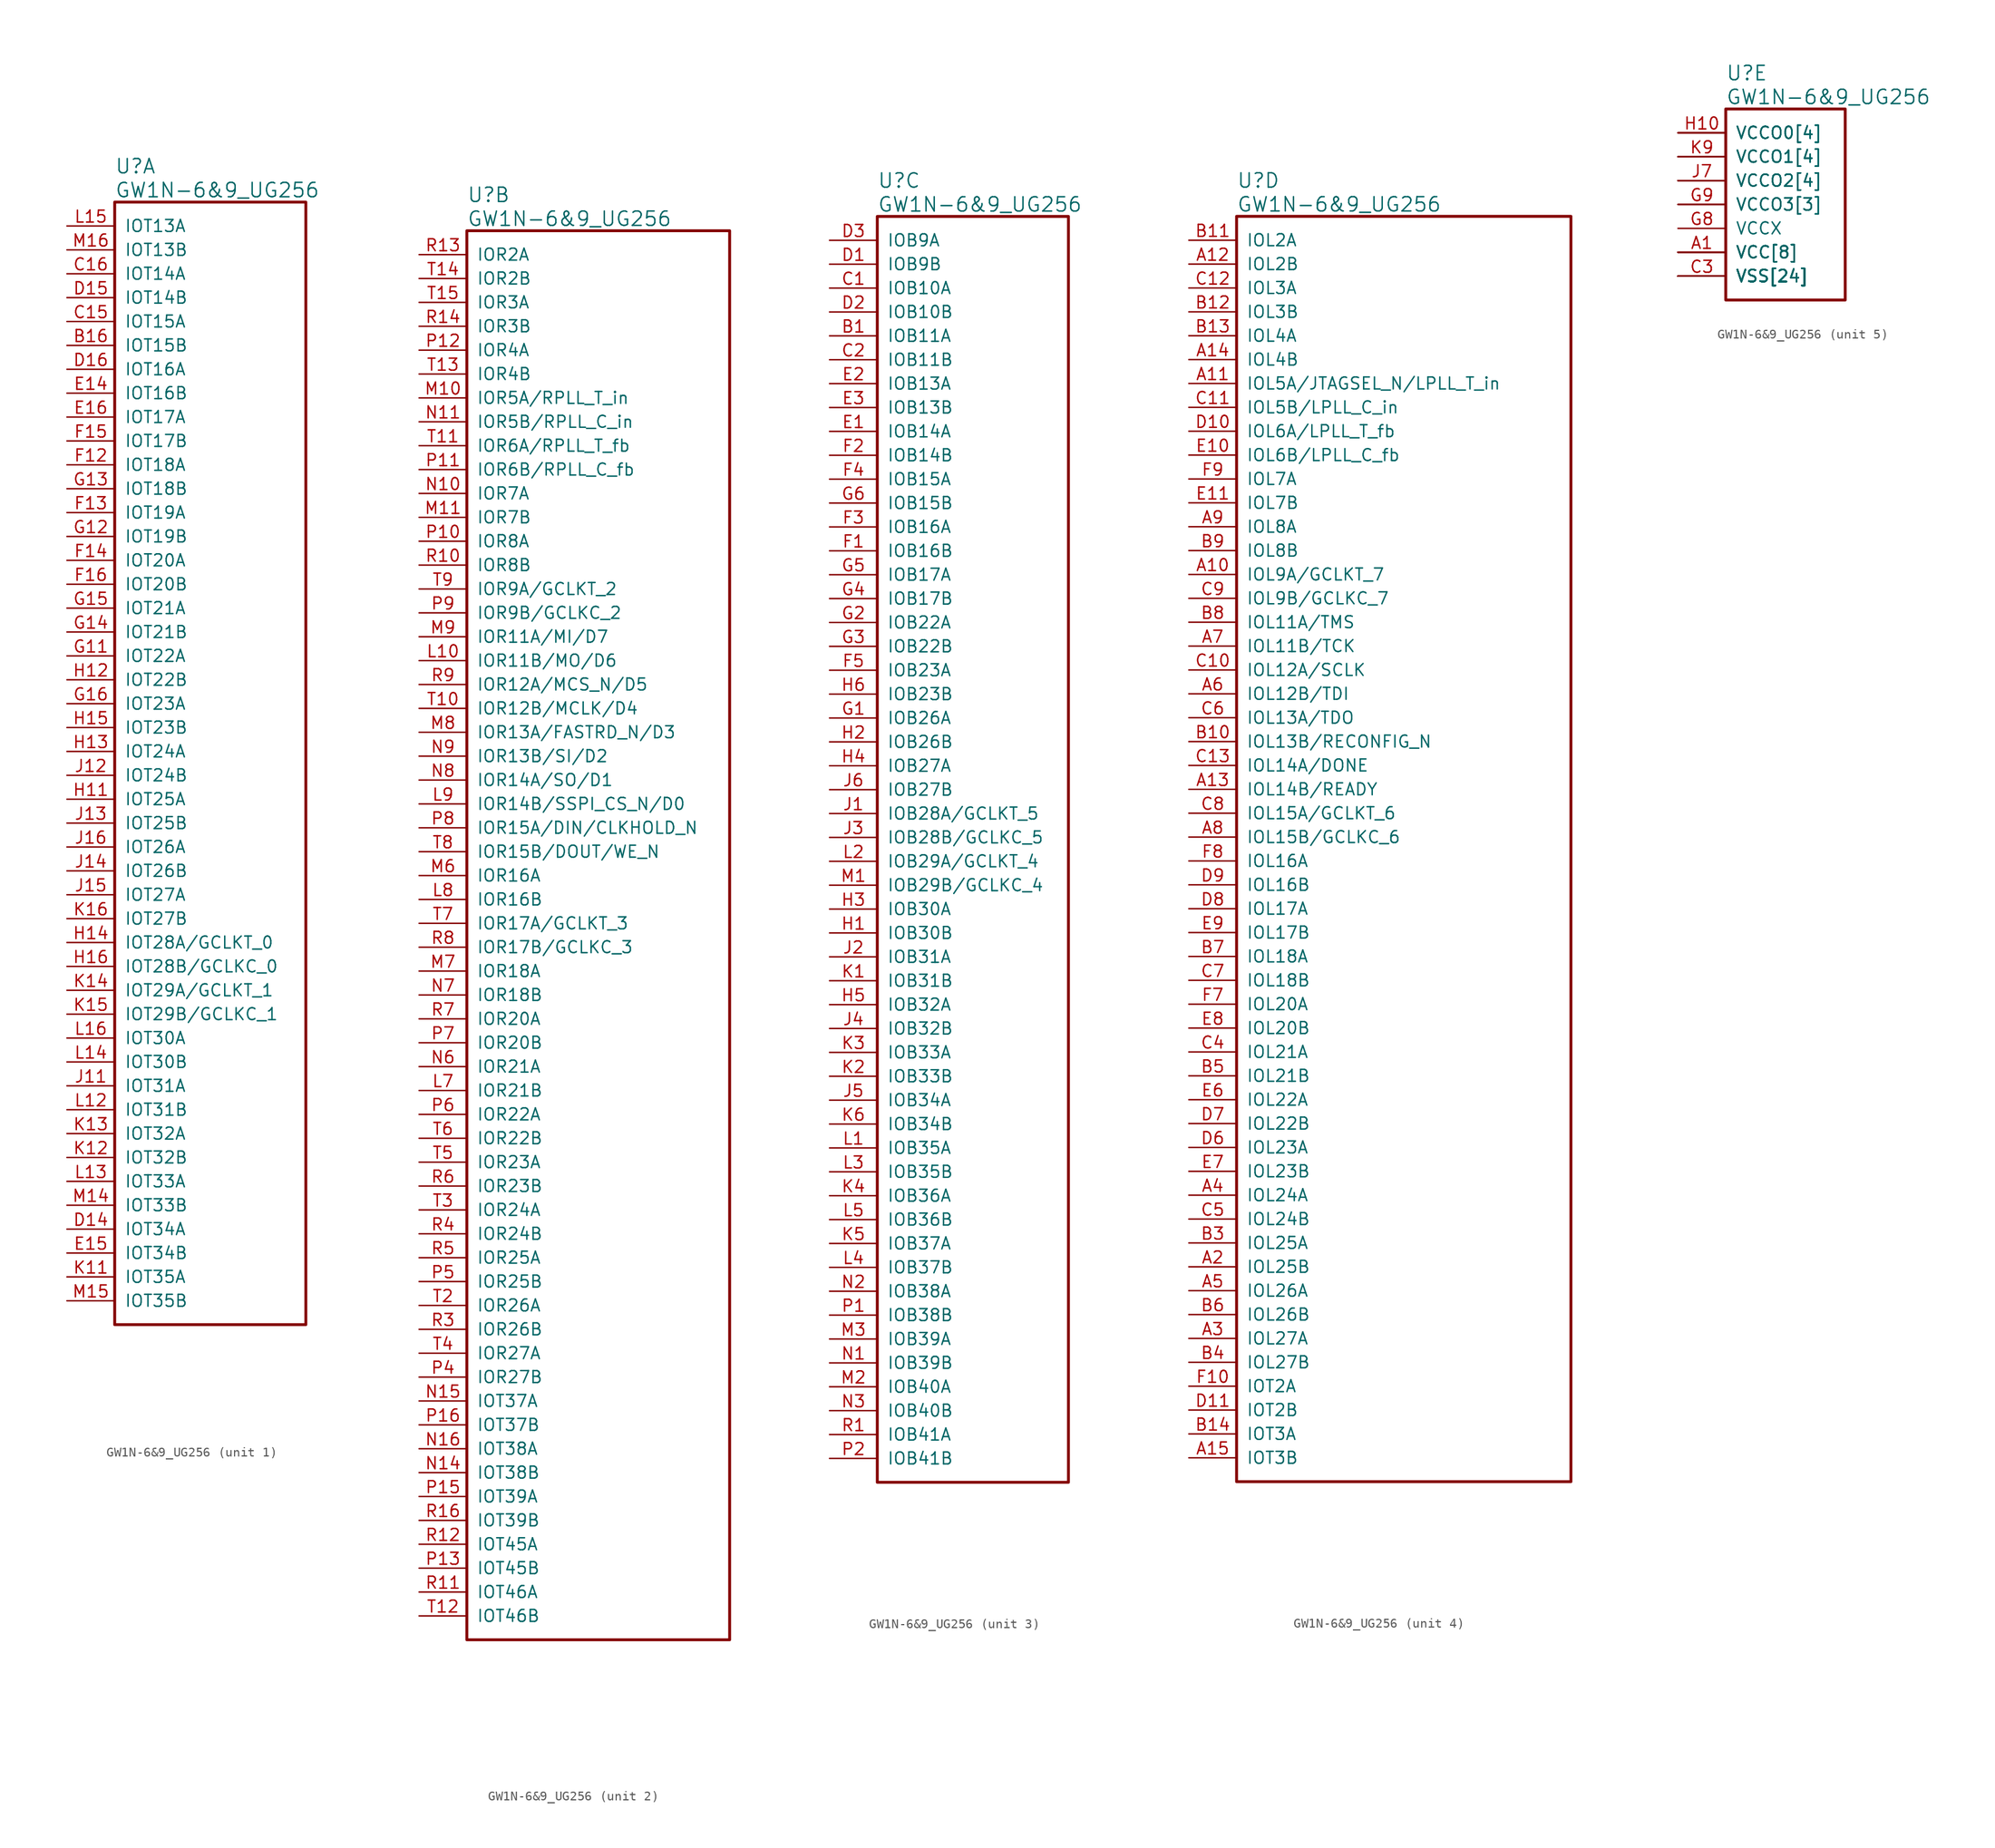
<source format=kicad_sym>
(kicad_symbol_lib
  (version 20220914)
  (generator kicad_symbol_editor)
  (symbol "GW1N-6&9_UG256"
    (pin_names
      (offset 1.016))
    (property "Reference" "U"
      (at 5.08 6.35 0)
      (effects (font (size 1.524 1.524)) (justify left)))
    (property "Value" "GW1N-6&9_UG256"
      (at 5.08 3.81 0)
      (effects (font (size 1.524 1.524)) (justify left)))
    (property "ki_locked" ""
      (at 0 0 0)
      (effects (font (size 1.27 1.27))))
    (symbol "GW1N-6&9_UG256_1_1"
      (rectangle (start 5.08 2.54) (end 25.4 -116.84) (stroke (width 0.305) (type solid)) (fill (type none)))
      (pin bidirectional line (at 0 -12.7 0) (length 5.08) (name "IOT15B" (effects (font (size 1.27 1.27)))) (number "B16" (effects (font (size 1.27 1.27)))))
      (pin bidirectional line (at 0 -10.16 0) (length 5.08) (name "IOT15A" (effects (font (size 1.27 1.27)))) (number "C15" (effects (font (size 1.27 1.27)))))
      (pin bidirectional line (at 0 -5.08 0) (length 5.08) (name "IOT14A" (effects (font (size 1.27 1.27)))) (number "C16" (effects (font (size 1.27 1.27)))))
      (pin bidirectional line (at 0 -106.68 0) (length 5.08) (name "IOT34A" (effects (font (size 1.27 1.27)))) (number "D14" (effects (font (size 1.27 1.27)))))
      (pin bidirectional line (at 0 -7.62 0) (length 5.08) (name "IOT14B" (effects (font (size 1.27 1.27)))) (number "D15" (effects (font (size 1.27 1.27)))))
      (pin bidirectional line (at 0 -15.24 0) (length 5.08) (name "IOT16A" (effects (font (size 1.27 1.27)))) (number "D16" (effects (font (size 1.27 1.27)))))
      (pin bidirectional line (at 0 -17.78 0) (length 5.08) (name "IOT16B" (effects (font (size 1.27 1.27)))) (number "E14" (effects (font (size 1.27 1.27)))))
      (pin bidirectional line (at 0 -109.22 0) (length 5.08) (name "IOT34B" (effects (font (size 1.27 1.27)))) (number "E15" (effects (font (size 1.27 1.27)))))
      (pin bidirectional line (at 0 -20.32 0) (length 5.08) (name "IOT17A" (effects (font (size 1.27 1.27)))) (number "E16" (effects (font (size 1.27 1.27)))))
      (pin bidirectional line (at 0 -25.4 0) (length 5.08) (name "IOT18A" (effects (font (size 1.27 1.27)))) (number "F12" (effects (font (size 1.27 1.27)))))
      (pin bidirectional line (at 0 -30.48 0) (length 5.08) (name "IOT19A" (effects (font (size 1.27 1.27)))) (number "F13" (effects (font (size 1.27 1.27)))))
      (pin bidirectional line (at 0 -35.56 0) (length 5.08) (name "IOT20A" (effects (font (size 1.27 1.27)))) (number "F14" (effects (font (size 1.27 1.27)))))
      (pin bidirectional line (at 0 -22.86 0) (length 5.08) (name "IOT17B" (effects (font (size 1.27 1.27)))) (number "F15" (effects (font (size 1.27 1.27)))))
      (pin bidirectional line (at 0 -38.1 0) (length 5.08) (name "IOT20B" (effects (font (size 1.27 1.27)))) (number "F16" (effects (font (size 1.27 1.27)))))
      (pin bidirectional line (at 0 -45.72 0) (length 5.08) (name "IOT22A" (effects (font (size 1.27 1.27)))) (number "G11" (effects (font (size 1.27 1.27)))))
      (pin bidirectional line (at 0 -33.02 0) (length 5.08) (name "IOT19B" (effects (font (size 1.27 1.27)))) (number "G12" (effects (font (size 1.27 1.27)))))
      (pin bidirectional line (at 0 -27.94 0) (length 5.08) (name "IOT18B" (effects (font (size 1.27 1.27)))) (number "G13" (effects (font (size 1.27 1.27)))))
      (pin bidirectional line (at 0 -43.18 0) (length 5.08) (name "IOT21B" (effects (font (size 1.27 1.27)))) (number "G14" (effects (font (size 1.27 1.27)))))
      (pin bidirectional line (at 0 -40.64 0) (length 5.08) (name "IOT21A" (effects (font (size 1.27 1.27)))) (number "G15" (effects (font (size 1.27 1.27)))))
      (pin bidirectional line (at 0 -50.8 0) (length 5.08) (name "IOT23A" (effects (font (size 1.27 1.27)))) (number "G16" (effects (font (size 1.27 1.27)))))
      (pin bidirectional line (at 0 -60.96 0) (length 5.08) (name "IOT25A" (effects (font (size 1.27 1.27)))) (number "H11" (effects (font (size 1.27 1.27)))))
      (pin bidirectional line (at 0 -48.26 0) (length 5.08) (name "IOT22B" (effects (font (size 1.27 1.27)))) (number "H12" (effects (font (size 1.27 1.27)))))
      (pin bidirectional line (at 0 -55.88 0) (length 5.08) (name "IOT24A" (effects (font (size 1.27 1.27)))) (number "H13" (effects (font (size 1.27 1.27)))))
      (pin bidirectional line (at 0 -76.2 0) (length 5.08) (name "IOT28A/GCLKT_0" (effects (font (size 1.27 1.27)))) (number "H14" (effects (font (size 1.27 1.27)))))
      (pin bidirectional line (at 0 -53.34 0) (length 5.08) (name "IOT23B" (effects (font (size 1.27 1.27)))) (number "H15" (effects (font (size 1.27 1.27)))))
      (pin bidirectional line (at 0 -78.74 0) (length 5.08) (name "IOT28B/GCLKC_0" (effects (font (size 1.27 1.27)))) (number "H16" (effects (font (size 1.27 1.27)))))
      (pin bidirectional line (at 0 -91.44 0) (length 5.08) (name "IOT31A" (effects (font (size 1.27 1.27)))) (number "J11" (effects (font (size 1.27 1.27)))))
      (pin bidirectional line (at 0 -58.42 0) (length 5.08) (name "IOT24B" (effects (font (size 1.27 1.27)))) (number "J12" (effects (font (size 1.27 1.27)))))
      (pin bidirectional line (at 0 -63.5 0) (length 5.08) (name "IOT25B" (effects (font (size 1.27 1.27)))) (number "J13" (effects (font (size 1.27 1.27)))))
      (pin bidirectional line (at 0 -68.58 0) (length 5.08) (name "IOT26B" (effects (font (size 1.27 1.27)))) (number "J14" (effects (font (size 1.27 1.27)))))
      (pin bidirectional line (at 0 -71.12 0) (length 5.08) (name "IOT27A" (effects (font (size 1.27 1.27)))) (number "J15" (effects (font (size 1.27 1.27)))))
      (pin bidirectional line (at 0 -66.04 0) (length 5.08) (name "IOT26A" (effects (font (size 1.27 1.27)))) (number "J16" (effects (font (size 1.27 1.27)))))
      (pin bidirectional line (at 0 -111.76 0) (length 5.08) (name "IOT35A" (effects (font (size 1.27 1.27)))) (number "K11" (effects (font (size 1.27 1.27)))))
      (pin bidirectional line (at 0 -99.06 0) (length 5.08) (name "IOT32B" (effects (font (size 1.27 1.27)))) (number "K12" (effects (font (size 1.27 1.27)))))
      (pin bidirectional line (at 0 -96.52 0) (length 5.08) (name "IOT32A" (effects (font (size 1.27 1.27)))) (number "K13" (effects (font (size 1.27 1.27)))))
      (pin bidirectional line (at 0 -81.28 0) (length 5.08) (name "IOT29A/GCLKT_1" (effects (font (size 1.27 1.27)))) (number "K14" (effects (font (size 1.27 1.27)))))
      (pin bidirectional line (at 0 -83.82 0) (length 5.08) (name "IOT29B/GCLKC_1" (effects (font (size 1.27 1.27)))) (number "K15" (effects (font (size 1.27 1.27)))))
      (pin bidirectional line (at 0 -73.66 0) (length 5.08) (name "IOT27B" (effects (font (size 1.27 1.27)))) (number "K16" (effects (font (size 1.27 1.27)))))
      (pin bidirectional line (at 0 -93.98 0) (length 5.08) (name "IOT31B" (effects (font (size 1.27 1.27)))) (number "L12" (effects (font (size 1.27 1.27)))))
      (pin bidirectional line (at 0 -101.6 0) (length 5.08) (name "IOT33A" (effects (font (size 1.27 1.27)))) (number "L13" (effects (font (size 1.27 1.27)))))
      (pin bidirectional line (at 0 -88.9 0) (length 5.08) (name "IOT30B" (effects (font (size 1.27 1.27)))) (number "L14" (effects (font (size 1.27 1.27)))))
      (pin bidirectional line (at 0 0 0) (length 5.08) (name "IOT13A" (effects (font (size 1.27 1.27)))) (number "L15" (effects (font (size 1.27 1.27)))))
      (pin bidirectional line (at 0 -86.36 0) (length 5.08) (name "IOT30A" (effects (font (size 1.27 1.27)))) (number "L16" (effects (font (size 1.27 1.27)))))
      (pin bidirectional line (at 0 -104.14 0) (length 5.08) (name "IOT33B" (effects (font (size 1.27 1.27)))) (number "M14" (effects (font (size 1.27 1.27)))))
      (pin bidirectional line (at 0 -114.3 0) (length 5.08) (name "IOT35B" (effects (font (size 1.27 1.27)))) (number "M15" (effects (font (size 1.27 1.27)))))
      (pin bidirectional line (at 0 -2.54 0) (length 5.08) (name "IOT13B" (effects (font (size 1.27 1.27)))) (number "M16" (effects (font (size 1.27 1.27))))))
    (symbol "GW1N-6&9_UG256_2_1"
      (rectangle (start 5.08 2.54) (end 33.02 -147.32) (stroke (width 0.305) (type solid)) (fill (type none)))
      (pin bidirectional line (at 0 -43.18 0) (length 5.08) (name "IOR11B/MO/D6" (effects (font (size 1.27 1.27)))) (number "L10" (effects (font (size 1.27 1.27)))))
      (pin bidirectional line (at 0 -88.9 0) (length 5.08) (name "IOR21B" (effects (font (size 1.27 1.27)))) (number "L7" (effects (font (size 1.27 1.27)))))
      (pin bidirectional line (at 0 -68.58 0) (length 5.08) (name "IOR16B" (effects (font (size 1.27 1.27)))) (number "L8" (effects (font (size 1.27 1.27)))))
      (pin bidirectional line (at 0 -58.42 0) (length 5.08) (name "IOR14B/SSPI_CS_N/D0" (effects (font (size 1.27 1.27)))) (number "L9" (effects (font (size 1.27 1.27)))))
      (pin bidirectional line (at 0 -15.24 0) (length 5.08) (name "IOR5A/RPLL_T_in" (effects (font (size 1.27 1.27)))) (number "M10" (effects (font (size 1.27 1.27)))))
      (pin bidirectional line (at 0 -27.94 0) (length 5.08) (name "IOR7B" (effects (font (size 1.27 1.27)))) (number "M11" (effects (font (size 1.27 1.27)))))
      (pin bidirectional line (at 0 -66.04 0) (length 5.08) (name "IOR16A" (effects (font (size 1.27 1.27)))) (number "M6" (effects (font (size 1.27 1.27)))))
      (pin bidirectional line (at 0 -76.2 0) (length 5.08) (name "IOR18A" (effects (font (size 1.27 1.27)))) (number "M7" (effects (font (size 1.27 1.27)))))
      (pin bidirectional line (at 0 -50.8 0) (length 5.08) (name "IOR13A/FASTRD_N/D3" (effects (font (size 1.27 1.27)))) (number "M8" (effects (font (size 1.27 1.27)))))
      (pin bidirectional line (at 0 -40.64 0) (length 5.08) (name "IOR11A/MI/D7" (effects (font (size 1.27 1.27)))) (number "M9" (effects (font (size 1.27 1.27)))))
      (pin bidirectional line (at 0 -25.4 0) (length 5.08) (name "IOR7A" (effects (font (size 1.27 1.27)))) (number "N10" (effects (font (size 1.27 1.27)))))
      (pin bidirectional line (at 0 -17.78 0) (length 5.08) (name "IOR5B/RPLL_C_in" (effects (font (size 1.27 1.27)))) (number "N11" (effects (font (size 1.27 1.27)))))
      (pin bidirectional line (at 0 -129.54 0) (length 5.08) (name "IOT38B" (effects (font (size 1.27 1.27)))) (number "N14" (effects (font (size 1.27 1.27)))))
      (pin bidirectional line (at 0 -121.92 0) (length 5.08) (name "IOT37A" (effects (font (size 1.27 1.27)))) (number "N15" (effects (font (size 1.27 1.27)))))
      (pin bidirectional line (at 0 -127 0) (length 5.08) (name "IOT38A" (effects (font (size 1.27 1.27)))) (number "N16" (effects (font (size 1.27 1.27)))))
      (pin bidirectional line (at 0 -86.36 0) (length 5.08) (name "IOR21A" (effects (font (size 1.27 1.27)))) (number "N6" (effects (font (size 1.27 1.27)))))
      (pin bidirectional line (at 0 -78.74 0) (length 5.08) (name "IOR18B" (effects (font (size 1.27 1.27)))) (number "N7" (effects (font (size 1.27 1.27)))))
      (pin bidirectional line (at 0 -55.88 0) (length 5.08) (name "IOR14A/SO/D1" (effects (font (size 1.27 1.27)))) (number "N8" (effects (font (size 1.27 1.27)))))
      (pin bidirectional line (at 0 -53.34 0) (length 5.08) (name "IOR13B/SI/D2" (effects (font (size 1.27 1.27)))) (number "N9" (effects (font (size 1.27 1.27)))))
      (pin bidirectional line (at 0 -30.48 0) (length 5.08) (name "IOR8A" (effects (font (size 1.27 1.27)))) (number "P10" (effects (font (size 1.27 1.27)))))
      (pin bidirectional line (at 0 -22.86 0) (length 5.08) (name "IOR6B/RPLL_C_fb" (effects (font (size 1.27 1.27)))) (number "P11" (effects (font (size 1.27 1.27)))))
      (pin bidirectional line (at 0 -10.16 0) (length 5.08) (name "IOR4A" (effects (font (size 1.27 1.27)))) (number "P12" (effects (font (size 1.27 1.27)))))
      (pin bidirectional line (at 0 -139.7 0) (length 5.08) (name "IOT45B" (effects (font (size 1.27 1.27)))) (number "P13" (effects (font (size 1.27 1.27)))))
      (pin bidirectional line (at 0 -132.08 0) (length 5.08) (name "IOT39A" (effects (font (size 1.27 1.27)))) (number "P15" (effects (font (size 1.27 1.27)))))
      (pin bidirectional line (at 0 -124.46 0) (length 5.08) (name "IOT37B" (effects (font (size 1.27 1.27)))) (number "P16" (effects (font (size 1.27 1.27)))))
      (pin bidirectional line (at 0 -119.38 0) (length 5.08) (name "IOR27B" (effects (font (size 1.27 1.27)))) (number "P4" (effects (font (size 1.27 1.27)))))
      (pin bidirectional line (at 0 -109.22 0) (length 5.08) (name "IOR25B" (effects (font (size 1.27 1.27)))) (number "P5" (effects (font (size 1.27 1.27)))))
      (pin bidirectional line (at 0 -91.44 0) (length 5.08) (name "IOR22A" (effects (font (size 1.27 1.27)))) (number "P6" (effects (font (size 1.27 1.27)))))
      (pin bidirectional line (at 0 -83.82 0) (length 5.08) (name "IOR20B" (effects (font (size 1.27 1.27)))) (number "P7" (effects (font (size 1.27 1.27)))))
      (pin bidirectional line (at 0 -60.96 0) (length 5.08) (name "IOR15A/DIN/CLKHOLD_N" (effects (font (size 1.27 1.27)))) (number "P8" (effects (font (size 1.27 1.27)))))
      (pin bidirectional line (at 0 -38.1 0) (length 5.08) (name "IOR9B/GCLKC_2" (effects (font (size 1.27 1.27)))) (number "P9" (effects (font (size 1.27 1.27)))))
      (pin bidirectional line (at 0 -33.02 0) (length 5.08) (name "IOR8B" (effects (font (size 1.27 1.27)))) (number "R10" (effects (font (size 1.27 1.27)))))
      (pin bidirectional line (at 0 -142.24 0) (length 5.08) (name "IOT46A" (effects (font (size 1.27 1.27)))) (number "R11" (effects (font (size 1.27 1.27)))))
      (pin bidirectional line (at 0 -137.16 0) (length 5.08) (name "IOT45A" (effects (font (size 1.27 1.27)))) (number "R12" (effects (font (size 1.27 1.27)))))
      (pin bidirectional line (at 0 0 0) (length 5.08) (name "IOR2A" (effects (font (size 1.27 1.27)))) (number "R13" (effects (font (size 1.27 1.27)))))
      (pin bidirectional line (at 0 -7.62 0) (length 5.08) (name "IOR3B" (effects (font (size 1.27 1.27)))) (number "R14" (effects (font (size 1.27 1.27)))))
      (pin bidirectional line (at 0 -134.62 0) (length 5.08) (name "IOT39B" (effects (font (size 1.27 1.27)))) (number "R16" (effects (font (size 1.27 1.27)))))
      (pin bidirectional line (at 0 -114.3 0) (length 5.08) (name "IOR26B" (effects (font (size 1.27 1.27)))) (number "R3" (effects (font (size 1.27 1.27)))))
      (pin bidirectional line (at 0 -104.14 0) (length 5.08) (name "IOR24B" (effects (font (size 1.27 1.27)))) (number "R4" (effects (font (size 1.27 1.27)))))
      (pin bidirectional line (at 0 -106.68 0) (length 5.08) (name "IOR25A" (effects (font (size 1.27 1.27)))) (number "R5" (effects (font (size 1.27 1.27)))))
      (pin bidirectional line (at 0 -99.06 0) (length 5.08) (name "IOR23B" (effects (font (size 1.27 1.27)))) (number "R6" (effects (font (size 1.27 1.27)))))
      (pin bidirectional line (at 0 -81.28 0) (length 5.08) (name "IOR20A" (effects (font (size 1.27 1.27)))) (number "R7" (effects (font (size 1.27 1.27)))))
      (pin bidirectional line (at 0 -73.66 0) (length 5.08) (name "IOR17B/GCLKC_3" (effects (font (size 1.27 1.27)))) (number "R8" (effects (font (size 1.27 1.27)))))
      (pin bidirectional line (at 0 -45.72 0) (length 5.08) (name "IOR12A/MCS_N/D5" (effects (font (size 1.27 1.27)))) (number "R9" (effects (font (size 1.27 1.27)))))
      (pin bidirectional line (at 0 -48.26 0) (length 5.08) (name "IOR12B/MCLK/D4" (effects (font (size 1.27 1.27)))) (number "T10" (effects (font (size 1.27 1.27)))))
      (pin bidirectional line (at 0 -20.32 0) (length 5.08) (name "IOR6A/RPLL_T_fb" (effects (font (size 1.27 1.27)))) (number "T11" (effects (font (size 1.27 1.27)))))
      (pin bidirectional line (at 0 -144.78 0) (length 5.08) (name "IOT46B" (effects (font (size 1.27 1.27)))) (number "T12" (effects (font (size 1.27 1.27)))))
      (pin bidirectional line (at 0 -12.7 0) (length 5.08) (name "IOR4B" (effects (font (size 1.27 1.27)))) (number "T13" (effects (font (size 1.27 1.27)))))
      (pin bidirectional line (at 0 -2.54 0) (length 5.08) (name "IOR2B" (effects (font (size 1.27 1.27)))) (number "T14" (effects (font (size 1.27 1.27)))))
      (pin bidirectional line (at 0 -5.08 0) (length 5.08) (name "IOR3A" (effects (font (size 1.27 1.27)))) (number "T15" (effects (font (size 1.27 1.27)))))
      (pin bidirectional line (at 0 -111.76 0) (length 5.08) (name "IOR26A" (effects (font (size 1.27 1.27)))) (number "T2" (effects (font (size 1.27 1.27)))))
      (pin bidirectional line (at 0 -101.6 0) (length 5.08) (name "IOR24A" (effects (font (size 1.27 1.27)))) (number "T3" (effects (font (size 1.27 1.27)))))
      (pin bidirectional line (at 0 -116.84 0) (length 5.08) (name "IOR27A" (effects (font (size 1.27 1.27)))) (number "T4" (effects (font (size 1.27 1.27)))))
      (pin bidirectional line (at 0 -96.52 0) (length 5.08) (name "IOR23A" (effects (font (size 1.27 1.27)))) (number "T5" (effects (font (size 1.27 1.27)))))
      (pin bidirectional line (at 0 -93.98 0) (length 5.08) (name "IOR22B" (effects (font (size 1.27 1.27)))) (number "T6" (effects (font (size 1.27 1.27)))))
      (pin bidirectional line (at 0 -71.12 0) (length 5.08) (name "IOR17A/GCLKT_3" (effects (font (size 1.27 1.27)))) (number "T7" (effects (font (size 1.27 1.27)))))
      (pin bidirectional line (at 0 -63.5 0) (length 5.08) (name "IOR15B/DOUT/WE_N" (effects (font (size 1.27 1.27)))) (number "T8" (effects (font (size 1.27 1.27)))))
      (pin bidirectional line (at 0 -35.56 0) (length 5.08) (name "IOR9A/GCLKT_2" (effects (font (size 1.27 1.27)))) (number "T9" (effects (font (size 1.27 1.27))))))
    (symbol "GW1N-6&9_UG256_3_1"
      (rectangle (start 5.08 2.54) (end 25.4 -132.08) (stroke (width 0.305) (type solid)) (fill (type none)))
      (pin bidirectional line (at 0 -10.16 0) (length 5.08) (name "IOB11A" (effects (font (size 1.27 1.27)))) (number "B1" (effects (font (size 1.27 1.27)))))
      (pin bidirectional line (at 0 -5.08 0) (length 5.08) (name "IOB10A" (effects (font (size 1.27 1.27)))) (number "C1" (effects (font (size 1.27 1.27)))))
      (pin bidirectional line (at 0 -12.7 0) (length 5.08) (name "IOB11B" (effects (font (size 1.27 1.27)))) (number "C2" (effects (font (size 1.27 1.27)))))
      (pin bidirectional line (at 0 -2.54 0) (length 5.08) (name "IOB9B" (effects (font (size 1.27 1.27)))) (number "D1" (effects (font (size 1.27 1.27)))))
      (pin bidirectional line (at 0 -7.62 0) (length 5.08) (name "IOB10B" (effects (font (size 1.27 1.27)))) (number "D2" (effects (font (size 1.27 1.27)))))
      (pin bidirectional line (at 0 0 0) (length 5.08) (name "IOB9A" (effects (font (size 1.27 1.27)))) (number "D3" (effects (font (size 1.27 1.27)))))
      (pin bidirectional line (at 0 -20.32 0) (length 5.08) (name "IOB14A" (effects (font (size 1.27 1.27)))) (number "E1" (effects (font (size 1.27 1.27)))))
      (pin bidirectional line (at 0 -15.24 0) (length 5.08) (name "IOB13A" (effects (font (size 1.27 1.27)))) (number "E2" (effects (font (size 1.27 1.27)))))
      (pin bidirectional line (at 0 -17.78 0) (length 5.08) (name "IOB13B" (effects (font (size 1.27 1.27)))) (number "E3" (effects (font (size 1.27 1.27)))))
      (pin bidirectional line (at 0 -33.02 0) (length 5.08) (name "IOB16B" (effects (font (size 1.27 1.27)))) (number "F1" (effects (font (size 1.27 1.27)))))
      (pin bidirectional line (at 0 -22.86 0) (length 5.08) (name "IOB14B" (effects (font (size 1.27 1.27)))) (number "F2" (effects (font (size 1.27 1.27)))))
      (pin bidirectional line (at 0 -30.48 0) (length 5.08) (name "IOB16A" (effects (font (size 1.27 1.27)))) (number "F3" (effects (font (size 1.27 1.27)))))
      (pin bidirectional line (at 0 -25.4 0) (length 5.08) (name "IOB15A" (effects (font (size 1.27 1.27)))) (number "F4" (effects (font (size 1.27 1.27)))))
      (pin bidirectional line (at 0 -45.72 0) (length 5.08) (name "IOB23A" (effects (font (size 1.27 1.27)))) (number "F5" (effects (font (size 1.27 1.27)))))
      (pin bidirectional line (at 0 -50.8 0) (length 5.08) (name "IOB26A" (effects (font (size 1.27 1.27)))) (number "G1" (effects (font (size 1.27 1.27)))))
      (pin bidirectional line (at 0 -40.64 0) (length 5.08) (name "IOB22A" (effects (font (size 1.27 1.27)))) (number "G2" (effects (font (size 1.27 1.27)))))
      (pin bidirectional line (at 0 -43.18 0) (length 5.08) (name "IOB22B" (effects (font (size 1.27 1.27)))) (number "G3" (effects (font (size 1.27 1.27)))))
      (pin bidirectional line (at 0 -38.1 0) (length 5.08) (name "IOB17B" (effects (font (size 1.27 1.27)))) (number "G4" (effects (font (size 1.27 1.27)))))
      (pin bidirectional line (at 0 -35.56 0) (length 5.08) (name "IOB17A" (effects (font (size 1.27 1.27)))) (number "G5" (effects (font (size 1.27 1.27)))))
      (pin bidirectional line (at 0 -27.94 0) (length 5.08) (name "IOB15B" (effects (font (size 1.27 1.27)))) (number "G6" (effects (font (size 1.27 1.27)))))
      (pin bidirectional line (at 0 -73.66 0) (length 5.08) (name "IOB30B" (effects (font (size 1.27 1.27)))) (number "H1" (effects (font (size 1.27 1.27)))))
      (pin bidirectional line (at 0 -53.34 0) (length 5.08) (name "IOB26B" (effects (font (size 1.27 1.27)))) (number "H2" (effects (font (size 1.27 1.27)))))
      (pin bidirectional line (at 0 -71.12 0) (length 5.08) (name "IOB30A" (effects (font (size 1.27 1.27)))) (number "H3" (effects (font (size 1.27 1.27)))))
      (pin bidirectional line (at 0 -55.88 0) (length 5.08) (name "IOB27A" (effects (font (size 1.27 1.27)))) (number "H4" (effects (font (size 1.27 1.27)))))
      (pin bidirectional line (at 0 -81.28 0) (length 5.08) (name "IOB32A" (effects (font (size 1.27 1.27)))) (number "H5" (effects (font (size 1.27 1.27)))))
      (pin bidirectional line (at 0 -48.26 0) (length 5.08) (name "IOB23B" (effects (font (size 1.27 1.27)))) (number "H6" (effects (font (size 1.27 1.27)))))
      (pin bidirectional line (at 0 -60.96 0) (length 5.08) (name "IOB28A/GCLKT_5" (effects (font (size 1.27 1.27)))) (number "J1" (effects (font (size 1.27 1.27)))))
      (pin bidirectional line (at 0 -76.2 0) (length 5.08) (name "IOB31A" (effects (font (size 1.27 1.27)))) (number "J2" (effects (font (size 1.27 1.27)))))
      (pin bidirectional line (at 0 -63.5 0) (length 5.08) (name "IOB28B/GCLKC_5" (effects (font (size 1.27 1.27)))) (number "J3" (effects (font (size 1.27 1.27)))))
      (pin bidirectional line (at 0 -83.82 0) (length 5.08) (name "IOB32B" (effects (font (size 1.27 1.27)))) (number "J4" (effects (font (size 1.27 1.27)))))
      (pin bidirectional line (at 0 -91.44 0) (length 5.08) (name "IOB34A" (effects (font (size 1.27 1.27)))) (number "J5" (effects (font (size 1.27 1.27)))))
      (pin bidirectional line (at 0 -58.42 0) (length 5.08) (name "IOB27B" (effects (font (size 1.27 1.27)))) (number "J6" (effects (font (size 1.27 1.27)))))
      (pin bidirectional line (at 0 -78.74 0) (length 5.08) (name "IOB31B" (effects (font (size 1.27 1.27)))) (number "K1" (effects (font (size 1.27 1.27)))))
      (pin bidirectional line (at 0 -88.9 0) (length 5.08) (name "IOB33B" (effects (font (size 1.27 1.27)))) (number "K2" (effects (font (size 1.27 1.27)))))
      (pin bidirectional line (at 0 -86.36 0) (length 5.08) (name "IOB33A" (effects (font (size 1.27 1.27)))) (number "K3" (effects (font (size 1.27 1.27)))))
      (pin bidirectional line (at 0 -101.6 0) (length 5.08) (name "IOB36A" (effects (font (size 1.27 1.27)))) (number "K4" (effects (font (size 1.27 1.27)))))
      (pin bidirectional line (at 0 -106.68 0) (length 5.08) (name "IOB37A" (effects (font (size 1.27 1.27)))) (number "K5" (effects (font (size 1.27 1.27)))))
      (pin bidirectional line (at 0 -93.98 0) (length 5.08) (name "IOB34B" (effects (font (size 1.27 1.27)))) (number "K6" (effects (font (size 1.27 1.27)))))
      (pin bidirectional line (at 0 -96.52 0) (length 5.08) (name "IOB35A" (effects (font (size 1.27 1.27)))) (number "L1" (effects (font (size 1.27 1.27)))))
      (pin bidirectional line (at 0 -66.04 0) (length 5.08) (name "IOB29A/GCLKT_4" (effects (font (size 1.27 1.27)))) (number "L2" (effects (font (size 1.27 1.27)))))
      (pin bidirectional line (at 0 -99.06 0) (length 5.08) (name "IOB35B" (effects (font (size 1.27 1.27)))) (number "L3" (effects (font (size 1.27 1.27)))))
      (pin bidirectional line (at 0 -109.22 0) (length 5.08) (name "IOB37B" (effects (font (size 1.27 1.27)))) (number "L4" (effects (font (size 1.27 1.27)))))
      (pin bidirectional line (at 0 -104.14 0) (length 5.08) (name "IOB36B" (effects (font (size 1.27 1.27)))) (number "L5" (effects (font (size 1.27 1.27)))))
      (pin bidirectional line (at 0 -68.58 0) (length 5.08) (name "IOB29B/GCLKC_4" (effects (font (size 1.27 1.27)))) (number "M1" (effects (font (size 1.27 1.27)))))
      (pin bidirectional line (at 0 -121.92 0) (length 5.08) (name "IOB40A" (effects (font (size 1.27 1.27)))) (number "M2" (effects (font (size 1.27 1.27)))))
      (pin bidirectional line (at 0 -116.84 0) (length 5.08) (name "IOB39A" (effects (font (size 1.27 1.27)))) (number "M3" (effects (font (size 1.27 1.27)))))
      (pin bidirectional line (at 0 -119.38 0) (length 5.08) (name "IOB39B" (effects (font (size 1.27 1.27)))) (number "N1" (effects (font (size 1.27 1.27)))))
      (pin bidirectional line (at 0 -111.76 0) (length 5.08) (name "IOB38A" (effects (font (size 1.27 1.27)))) (number "N2" (effects (font (size 1.27 1.27)))))
      (pin bidirectional line (at 0 -124.46 0) (length 5.08) (name "IOB40B" (effects (font (size 1.27 1.27)))) (number "N3" (effects (font (size 1.27 1.27)))))
      (pin bidirectional line (at 0 -114.3 0) (length 5.08) (name "IOB38B" (effects (font (size 1.27 1.27)))) (number "P1" (effects (font (size 1.27 1.27)))))
      (pin bidirectional line (at 0 -129.54 0) (length 5.08) (name "IOB41B" (effects (font (size 1.27 1.27)))) (number "P2" (effects (font (size 1.27 1.27)))))
      (pin bidirectional line (at 0 -127 0) (length 5.08) (name "IOB41A" (effects (font (size 1.27 1.27)))) (number "R1" (effects (font (size 1.27 1.27))))))
    (symbol "GW1N-6&9_UG256_4_1"
      (rectangle (start 5.08 2.54) (end 40.64 -132.08) (stroke (width 0.305) (type solid)) (fill (type none)))
      (pin bidirectional line (at 0 -35.56 0) (length 5.08) (name "IOL9A/GCLKT_7" (effects (font (size 1.27 1.27)))) (number "A10" (effects (font (size 1.27 1.27)))))
      (pin bidirectional line (at 0 -15.24 0) (length 5.08) (name "IOL5A/JTAGSEL_N/LPLL_T_in" (effects (font (size 1.27 1.27)))) (number "A11" (effects (font (size 1.27 1.27)))))
      (pin bidirectional line (at 0 -2.54 0) (length 5.08) (name "IOL2B" (effects (font (size 1.27 1.27)))) (number "A12" (effects (font (size 1.27 1.27)))))
      (pin bidirectional line (at 0 -58.42 0) (length 5.08) (name "IOL14B/READY" (effects (font (size 1.27 1.27)))) (number "A13" (effects (font (size 1.27 1.27)))))
      (pin bidirectional line (at 0 -12.7 0) (length 5.08) (name "IOL4B" (effects (font (size 1.27 1.27)))) (number "A14" (effects (font (size 1.27 1.27)))))
      (pin bidirectional line (at 0 -129.54 0) (length 5.08) (name "IOT3B" (effects (font (size 1.27 1.27)))) (number "A15" (effects (font (size 1.27 1.27)))))
      (pin bidirectional line (at 0 -109.22 0) (length 5.08) (name "IOL25B" (effects (font (size 1.27 1.27)))) (number "A2" (effects (font (size 1.27 1.27)))))
      (pin bidirectional line (at 0 -116.84 0) (length 5.08) (name "IOL27A" (effects (font (size 1.27 1.27)))) (number "A3" (effects (font (size 1.27 1.27)))))
      (pin bidirectional line (at 0 -101.6 0) (length 5.08) (name "IOL24A" (effects (font (size 1.27 1.27)))) (number "A4" (effects (font (size 1.27 1.27)))))
      (pin bidirectional line (at 0 -111.76 0) (length 5.08) (name "IOL26A" (effects (font (size 1.27 1.27)))) (number "A5" (effects (font (size 1.27 1.27)))))
      (pin bidirectional line (at 0 -48.26 0) (length 5.08) (name "IOL12B/TDI" (effects (font (size 1.27 1.27)))) (number "A6" (effects (font (size 1.27 1.27)))))
      (pin bidirectional line (at 0 -43.18 0) (length 5.08) (name "IOL11B/TCK" (effects (font (size 1.27 1.27)))) (number "A7" (effects (font (size 1.27 1.27)))))
      (pin bidirectional line (at 0 -63.5 0) (length 5.08) (name "IOL15B/GCLKC_6" (effects (font (size 1.27 1.27)))) (number "A8" (effects (font (size 1.27 1.27)))))
      (pin bidirectional line (at 0 -30.48 0) (length 5.08) (name "IOL8A" (effects (font (size 1.27 1.27)))) (number "A9" (effects (font (size 1.27 1.27)))))
      (pin bidirectional line (at 0 -53.34 0) (length 5.08) (name "IOL13B/RECONFIG_N" (effects (font (size 1.27 1.27)))) (number "B10" (effects (font (size 1.27 1.27)))))
      (pin bidirectional line (at 0 0 0) (length 5.08) (name "IOL2A" (effects (font (size 1.27 1.27)))) (number "B11" (effects (font (size 1.27 1.27)))))
      (pin bidirectional line (at 0 -7.62 0) (length 5.08) (name "IOL3B" (effects (font (size 1.27 1.27)))) (number "B12" (effects (font (size 1.27 1.27)))))
      (pin bidirectional line (at 0 -10.16 0) (length 5.08) (name "IOL4A" (effects (font (size 1.27 1.27)))) (number "B13" (effects (font (size 1.27 1.27)))))
      (pin bidirectional line (at 0 -127 0) (length 5.08) (name "IOT3A" (effects (font (size 1.27 1.27)))) (number "B14" (effects (font (size 1.27 1.27)))))
      (pin bidirectional line (at 0 -106.68 0) (length 5.08) (name "IOL25A" (effects (font (size 1.27 1.27)))) (number "B3" (effects (font (size 1.27 1.27)))))
      (pin bidirectional line (at 0 -119.38 0) (length 5.08) (name "IOL27B" (effects (font (size 1.27 1.27)))) (number "B4" (effects (font (size 1.27 1.27)))))
      (pin bidirectional line (at 0 -88.9 0) (length 5.08) (name "IOL21B" (effects (font (size 1.27 1.27)))) (number "B5" (effects (font (size 1.27 1.27)))))
      (pin bidirectional line (at 0 -114.3 0) (length 5.08) (name "IOL26B" (effects (font (size 1.27 1.27)))) (number "B6" (effects (font (size 1.27 1.27)))))
      (pin bidirectional line (at 0 -76.2 0) (length 5.08) (name "IOL18A" (effects (font (size 1.27 1.27)))) (number "B7" (effects (font (size 1.27 1.27)))))
      (pin bidirectional line (at 0 -40.64 0) (length 5.08) (name "IOL11A/TMS" (effects (font (size 1.27 1.27)))) (number "B8" (effects (font (size 1.27 1.27)))))
      (pin bidirectional line (at 0 -33.02 0) (length 5.08) (name "IOL8B" (effects (font (size 1.27 1.27)))) (number "B9" (effects (font (size 1.27 1.27)))))
      (pin bidirectional line (at 0 -45.72 0) (length 5.08) (name "IOL12A/SCLK" (effects (font (size 1.27 1.27)))) (number "C10" (effects (font (size 1.27 1.27)))))
      (pin bidirectional line (at 0 -17.78 0) (length 5.08) (name "IOL5B/LPLL_C_in" (effects (font (size 1.27 1.27)))) (number "C11" (effects (font (size 1.27 1.27)))))
      (pin bidirectional line (at 0 -5.08 0) (length 5.08) (name "IOL3A" (effects (font (size 1.27 1.27)))) (number "C12" (effects (font (size 1.27 1.27)))))
      (pin bidirectional line (at 0 -55.88 0) (length 5.08) (name "IOL14A/DONE" (effects (font (size 1.27 1.27)))) (number "C13" (effects (font (size 1.27 1.27)))))
      (pin bidirectional line (at 0 -86.36 0) (length 5.08) (name "IOL21A" (effects (font (size 1.27 1.27)))) (number "C4" (effects (font (size 1.27 1.27)))))
      (pin bidirectional line (at 0 -104.14 0) (length 5.08) (name "IOL24B" (effects (font (size 1.27 1.27)))) (number "C5" (effects (font (size 1.27 1.27)))))
      (pin bidirectional line (at 0 -50.8 0) (length 5.08) (name "IOL13A/TDO" (effects (font (size 1.27 1.27)))) (number "C6" (effects (font (size 1.27 1.27)))))
      (pin bidirectional line (at 0 -78.74 0) (length 5.08) (name "IOL18B" (effects (font (size 1.27 1.27)))) (number "C7" (effects (font (size 1.27 1.27)))))
      (pin bidirectional line (at 0 -60.96 0) (length 5.08) (name "IOL15A/GCLKT_6" (effects (font (size 1.27 1.27)))) (number "C8" (effects (font (size 1.27 1.27)))))
      (pin bidirectional line (at 0 -38.1 0) (length 5.08) (name "IOL9B/GCLKC_7" (effects (font (size 1.27 1.27)))) (number "C9" (effects (font (size 1.27 1.27)))))
      (pin bidirectional line (at 0 -20.32 0) (length 5.08) (name "IOL6A/LPLL_T_fb" (effects (font (size 1.27 1.27)))) (number "D10" (effects (font (size 1.27 1.27)))))
      (pin bidirectional line (at 0 -124.46 0) (length 5.08) (name "IOT2B" (effects (font (size 1.27 1.27)))) (number "D11" (effects (font (size 1.27 1.27)))))
      (pin bidirectional line (at 0 -96.52 0) (length 5.08) (name "IOL23A" (effects (font (size 1.27 1.27)))) (number "D6" (effects (font (size 1.27 1.27)))))
      (pin bidirectional line (at 0 -93.98 0) (length 5.08) (name "IOL22B" (effects (font (size 1.27 1.27)))) (number "D7" (effects (font (size 1.27 1.27)))))
      (pin bidirectional line (at 0 -71.12 0) (length 5.08) (name "IOL17A" (effects (font (size 1.27 1.27)))) (number "D8" (effects (font (size 1.27 1.27)))))
      (pin bidirectional line (at 0 -68.58 0) (length 5.08) (name "IOL16B" (effects (font (size 1.27 1.27)))) (number "D9" (effects (font (size 1.27 1.27)))))
      (pin bidirectional line (at 0 -22.86 0) (length 5.08) (name "IOL6B/LPLL_C_fb" (effects (font (size 1.27 1.27)))) (number "E10" (effects (font (size 1.27 1.27)))))
      (pin bidirectional line (at 0 -27.94 0) (length 5.08) (name "IOL7B" (effects (font (size 1.27 1.27)))) (number "E11" (effects (font (size 1.27 1.27)))))
      (pin bidirectional line (at 0 -91.44 0) (length 5.08) (name "IOL22A" (effects (font (size 1.27 1.27)))) (number "E6" (effects (font (size 1.27 1.27)))))
      (pin bidirectional line (at 0 -99.06 0) (length 5.08) (name "IOL23B" (effects (font (size 1.27 1.27)))) (number "E7" (effects (font (size 1.27 1.27)))))
      (pin bidirectional line (at 0 -83.82 0) (length 5.08) (name "IOL20B" (effects (font (size 1.27 1.27)))) (number "E8" (effects (font (size 1.27 1.27)))))
      (pin bidirectional line (at 0 -73.66 0) (length 5.08) (name "IOL17B" (effects (font (size 1.27 1.27)))) (number "E9" (effects (font (size 1.27 1.27)))))
      (pin bidirectional line (at 0 -121.92 0) (length 5.08) (name "IOT2A" (effects (font (size 1.27 1.27)))) (number "F10" (effects (font (size 1.27 1.27)))))
      (pin bidirectional line (at 0 -81.28 0) (length 5.08) (name "IOL20A" (effects (font (size 1.27 1.27)))) (number "F7" (effects (font (size 1.27 1.27)))))
      (pin bidirectional line (at 0 -66.04 0) (length 5.08) (name "IOL16A" (effects (font (size 1.27 1.27)))) (number "F8" (effects (font (size 1.27 1.27)))))
      (pin bidirectional line (at 0 -25.4 0) (length 5.08) (name "IOL7A" (effects (font (size 1.27 1.27)))) (number "F9" (effects (font (size 1.27 1.27))))))
    (symbol "GW1N-6&9_UG256_5_1"
      (rectangle (start 5.08 2.54) (end 17.78 -17.78) (stroke (width 0.305) (type solid)) (fill (type none)))
      (pin power_in line (at 0 -12.7 0) (length 5.08) (name "VCC[8]" (effects (font (size 1.27 1.27)))) (number "A1" (effects (font (size 1.27 1.27)))))
      (pin power_in line (at 0 -12.7 0) (length 5.08) (name "VCC[8]" (effects (font (size 1.27 1.27)))) (number "A16" (effects (font (size 0 0)))))
      (pin power_in line (at 0 -15.24 0) (length 5.08) (name "VSS[24]" (effects (font (size 1.27 1.27)))) (number "B15" (effects (font (size 0 0)))))
      (pin power_in line (at 0 -15.24 0) (length 5.08) (name "VSS[24]" (effects (font (size 1.27 1.27)))) (number "B2" (effects (font (size 0 0)))))
      (pin power_in line (at 0 -15.24 0) (length 5.08) (name "VSS[24]" (effects (font (size 1.27 1.27)))) (number "C14" (effects (font (size 0 0)))))
      (pin power_in line (at 0 -15.24 0) (length 5.08) (name "VSS[24]" (effects (font (size 1.27 1.27)))) (number "C3" (effects (font (size 1.27 1.27)))))
      (pin power_in line (at 0 -7.62 0) (length 5.08) (name "VCCO3[3]" (effects (font (size 1.27 1.27)))) (number "D12" (effects (font (size 0 0)))))
      (pin power_in line (at 0 -15.24 0) (length 5.08) (name "VSS[24]" (effects (font (size 1.27 1.27)))) (number "D13" (effects (font (size 0 0)))))
      (pin power_in line (at 0 -15.24 0) (length 5.08) (name "VSS[24]" (effects (font (size 1.27 1.27)))) (number "D4" (effects (font (size 0 0)))))
      (pin power_in line (at 0 -7.62 0) (length 5.08) (name "VCCO3[3]" (effects (font (size 1.27 1.27)))) (number "D5" (effects (font (size 0 0)))))
      (pin power_in line (at 0 -15.24 0) (length 5.08) (name "VSS[24]" (effects (font (size 1.27 1.27)))) (number "E12" (effects (font (size 0 0)))))
      (pin power_in line (at 0 0 0) (length 5.08) (name "VCCO0[4]" (effects (font (size 1.27 1.27)))) (number "E13" (effects (font (size 0 0)))))
      (pin power_in line (at 0 -5.08 0) (length 5.08) (name "VCCO2[4]" (effects (font (size 1.27 1.27)))) (number "E4" (effects (font (size 0 0)))))
      (pin power_in line (at 0 -15.24 0) (length 5.08) (name "VSS[24]" (effects (font (size 1.27 1.27)))) (number "E5" (effects (font (size 0 0)))))
      (pin power_in line (at 0 -15.24 0) (length 5.08) (name "VSS[24]" (effects (font (size 1.27 1.27)))) (number "F11" (effects (font (size 0 0)))))
      (pin power_in line (at 0 -15.24 0) (length 5.08) (name "VSS[24]" (effects (font (size 1.27 1.27)))) (number "F6" (effects (font (size 0 0)))))
      (pin power_in line (at 0 -12.7 0) (length 5.08) (name "VCC[8]" (effects (font (size 1.27 1.27)))) (number "G10" (effects (font (size 0 0)))))
      (pin power_in line (at 0 -12.7 0) (length 5.08) (name "VCC[8]" (effects (font (size 1.27 1.27)))) (number "G7" (effects (font (size 0 0)))))
      (pin power_in line (at 0 -10.16 0) (length 5.08) (name "VCCX" (effects (font (size 1.27 1.27)))) (number "G8" (effects (font (size 1.27 1.27)))))
      (pin power_in line (at 0 -7.62 0) (length 5.08) (name "VCCO3[3]" (effects (font (size 1.27 1.27)))) (number "G9" (effects (font (size 1.27 1.27)))))
      (pin power_in line (at 0 0 0) (length 5.08) (name "VCCO0[4]" (effects (font (size 1.27 1.27)))) (number "H10" (effects (font (size 1.27 1.27)))))
      (pin power_in line (at 0 -5.08 0) (length 5.08) (name "VCCO2[4]" (effects (font (size 1.27 1.27)))) (number "H7" (effects (font (size 0 0)))))
      (pin power_in line (at 0 -15.24 0) (length 5.08) (name "VSS[24]" (effects (font (size 1.27 1.27)))) (number "H8" (effects (font (size 0 0)))))
      (pin power_in line (at 0 -15.24 0) (length 5.08) (name "VSS[24]" (effects (font (size 1.27 1.27)))) (number "H9" (effects (font (size 0 0)))))
      (pin power_in line (at 0 0 0) (length 5.08) (name "VCCO0[4]" (effects (font (size 1.27 1.27)))) (number "J10" (effects (font (size 0 0)))))
      (pin power_in line (at 0 -5.08 0) (length 5.08) (name "VCCO2[4]" (effects (font (size 1.27 1.27)))) (number "J7" (effects (font (size 1.27 1.27)))))
      (pin power_in line (at 0 -15.24 0) (length 5.08) (name "VSS[24]" (effects (font (size 1.27 1.27)))) (number "J8" (effects (font (size 0 0)))))
      (pin power_in line (at 0 -15.24 0) (length 5.08) (name "VSS[24]" (effects (font (size 1.27 1.27)))) (number "J9" (effects (font (size 0 0)))))
      (pin power_in line (at 0 -12.7 0) (length 5.08) (name "VCC[8]" (effects (font (size 1.27 1.27)))) (number "K10" (effects (font (size 0 0)))))
      (pin power_in line (at 0 -12.7 0) (length 5.08) (name "VCC[8]" (effects (font (size 1.27 1.27)))) (number "K7" (effects (font (size 0 0)))))
      (pin power_in line (at 0 -2.54 0) (length 5.08) (name "VCCO1[4]" (effects (font (size 1.27 1.27)))) (number "K8" (effects (font (size 0 0)))))
      (pin power_in line (at 0 -2.54 0) (length 5.08) (name "VCCO1[4]" (effects (font (size 1.27 1.27)))) (number "K9" (effects (font (size 1.27 1.27)))))
      (pin power_in line (at 0 -15.24 0) (length 5.08) (name "VSS[24]" (effects (font (size 1.27 1.27)))) (number "L11" (effects (font (size 0 0)))))
      (pin power_in line (at 0 -15.24 0) (length 5.08) (name "VSS[24]" (effects (font (size 1.27 1.27)))) (number "L6" (effects (font (size 0 0)))))
      (pin power_in line (at 0 -15.24 0) (length 5.08) (name "VSS[24]" (effects (font (size 1.27 1.27)))) (number "M12" (effects (font (size 0 0)))))
      (pin power_in line (at 0 0 0) (length 5.08) (name "VCCO0[4]" (effects (font (size 1.27 1.27)))) (number "M13" (effects (font (size 0 0)))))
      (pin power_in line (at 0 -5.08 0) (length 5.08) (name "VCCO2[4]" (effects (font (size 1.27 1.27)))) (number "M4" (effects (font (size 0 0)))))
      (pin power_in line (at 0 -15.24 0) (length 5.08) (name "VSS[24]" (effects (font (size 1.27 1.27)))) (number "M5" (effects (font (size 0 0)))))
      (pin power_in line (at 0 -2.54 0) (length 5.08) (name "VCCO1[4]" (effects (font (size 1.27 1.27)))) (number "N12" (effects (font (size 0 0)))))
      (pin power_in line (at 0 -15.24 0) (length 5.08) (name "VSS[24]" (effects (font (size 1.27 1.27)))) (number "N13" (effects (font (size 0 0)))))
      (pin power_in line (at 0 -15.24 0) (length 5.08) (name "VSS[24]" (effects (font (size 1.27 1.27)))) (number "N4" (effects (font (size 0 0)))))
      (pin power_in line (at 0 -2.54 0) (length 5.08) (name "VCCO1[4]" (effects (font (size 1.27 1.27)))) (number "N5" (effects (font (size 0 0)))))
      (pin power_in line (at 0 -15.24 0) (length 5.08) (name "VSS[24]" (effects (font (size 1.27 1.27)))) (number "P14" (effects (font (size 0 0)))))
      (pin power_in line (at 0 -15.24 0) (length 5.08) (name "VSS[24]" (effects (font (size 1.27 1.27)))) (number "P3" (effects (font (size 0 0)))))
      (pin power_in line (at 0 -15.24 0) (length 5.08) (name "VSS[24]" (effects (font (size 1.27 1.27)))) (number "R15" (effects (font (size 0 0)))))
      (pin power_in line (at 0 -15.24 0) (length 5.08) (name "VSS[24]" (effects (font (size 1.27 1.27)))) (number "R2" (effects (font (size 0 0)))))
      (pin power_in line (at 0 -12.7 0) (length 5.08) (name "VCC[8]" (effects (font (size 1.27 1.27)))) (number "T1" (effects (font (size 0 0)))))
      (pin power_in line (at 0 -12.7 0) (length 5.08) (name "VCC[8]" (effects (font (size 1.27 1.27)))) (number "T16" (effects (font (size 0 0))))))))
</source>
